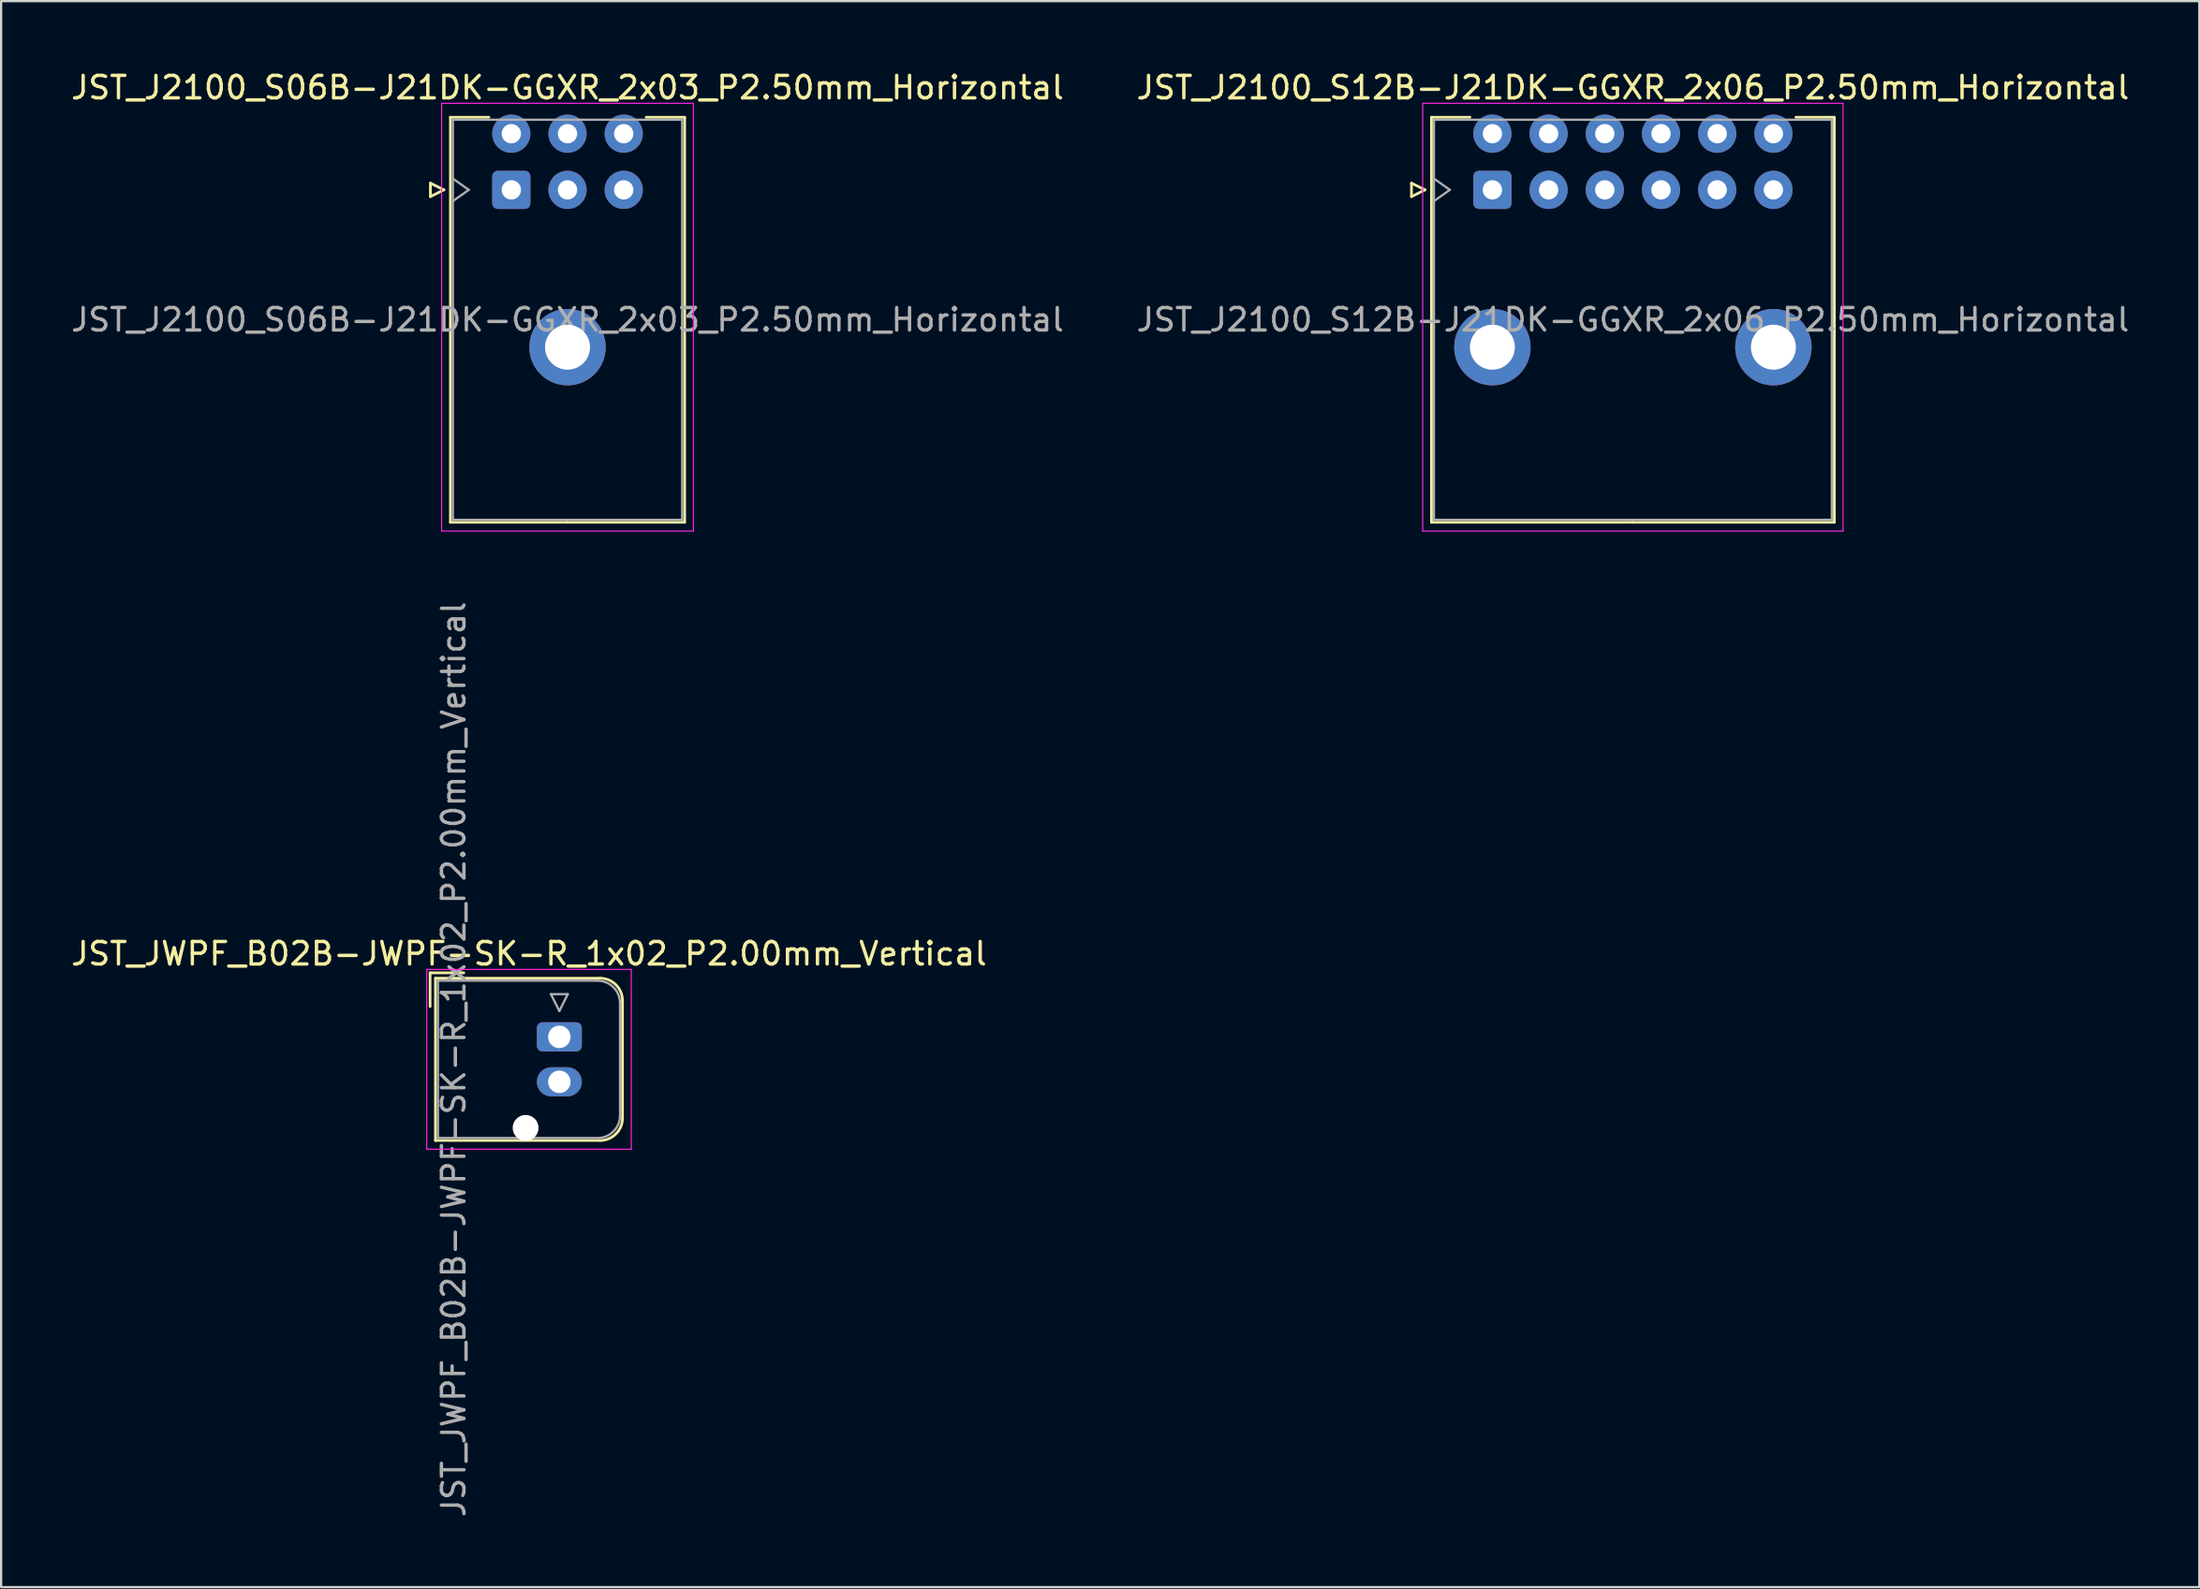
<source format=kicad_pcb>
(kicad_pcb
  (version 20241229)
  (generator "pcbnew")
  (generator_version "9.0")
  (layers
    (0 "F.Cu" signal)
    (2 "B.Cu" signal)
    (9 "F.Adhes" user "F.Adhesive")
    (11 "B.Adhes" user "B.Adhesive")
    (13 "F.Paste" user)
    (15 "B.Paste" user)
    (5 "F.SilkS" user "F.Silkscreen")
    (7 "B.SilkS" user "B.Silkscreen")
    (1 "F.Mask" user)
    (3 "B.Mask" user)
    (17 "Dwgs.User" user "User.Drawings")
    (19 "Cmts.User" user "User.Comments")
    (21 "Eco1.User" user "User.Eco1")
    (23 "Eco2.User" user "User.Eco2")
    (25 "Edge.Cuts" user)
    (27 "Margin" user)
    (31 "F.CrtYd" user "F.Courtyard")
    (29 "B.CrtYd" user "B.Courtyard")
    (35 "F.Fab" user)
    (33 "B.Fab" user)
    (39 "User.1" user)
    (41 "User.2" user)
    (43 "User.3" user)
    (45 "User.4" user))
  (footprint "JST_JWPF_B02B-JWPF-SK-R_1x02_P2.00mm_Vertical"
    (layer "F.Cu")
    (at 21.832 43.085)
    (property "Reference" "JST_JWPF_B02B-JWPF-SK-R_1x02_P2.00mm_Vertical" (at -1.35 -3.7 0) (layer "F.SilkS") (effects (font (size 1 1) (thickness 0.15))))
    (attr through_hole)
    (fp_line (start -5.75 -2.85) (end -4.25 -2.85) (stroke (width 0.12) (type solid)) (layer "F.SilkS"))
    (fp_line (start -5.75 -1.35) (end -5.75 -2.85) (stroke (width 0.12) (type solid)) (layer "F.SilkS"))
    (fp_line (start -5.51 -2.61) (end -5.51 4.61) (stroke (width 0.12) (type solid)) (layer "F.SilkS"))
    (fp_line (start -5.51 4.61) (end 1.81 4.61) (stroke (width 0.12) (type solid)) (layer "F.SilkS"))
    (fp_line (start 1.81 -2.61) (end -5.51 -2.61) (stroke (width 0.12) (type solid)) (layer "F.SilkS"))
    (fp_line (start 2.81 -1.61) (end 2.81 3.61) (stroke (width 0.12) (type solid)) (layer "F.SilkS"))
    (fp_arc (start 1.81 -2.61) (mid 2.517107 -2.317107) (end 2.81 -1.61) (stroke (width 0.12) (type solid)) (layer "F.SilkS"))
    (fp_arc (start 2.81 3.61) (mid 2.517107 4.317107) (end 1.81 4.61) (stroke (width 0.12) (type solid)) (layer "F.SilkS"))
    (fp_line (start -5.9 -3) (end -5.9 5) (stroke (width 0.05) (type solid)) (layer "F.CrtYd"))
    (fp_line (start -5.9 5) (end 3.2 5) (stroke (width 0.05) (type solid)) (layer "F.CrtYd"))
    (fp_line (start 3.2 -3) (end -5.9 -3) (stroke (width 0.05) (type solid)) (layer "F.CrtYd"))
    (fp_line (start 3.2 5) (end 3.2 -3) (stroke (width 0.05) (type solid)) (layer "F.CrtYd"))
    (fp_line (start -5.4 -2.5) (end -5.4 4.5) (stroke (width 0.1) (type solid)) (layer "F.Fab"))
    (fp_line (start -5.4 4.5) (end 1.7 4.5) (stroke (width 0.1) (type solid)) (layer "F.Fab"))
    (fp_line (start -0.375 -1.9) (end 0.375 -1.9) (stroke (width 0.1) (type solid)) (layer "F.Fab"))
    (fp_line (start 0 -1.15) (end -0.375 -1.9) (stroke (width 0.1) (type solid)) (layer "F.Fab"))
    (fp_line (start 0.375 -1.9) (end 0 -1.15) (stroke (width 0.1) (type solid)) (layer "F.Fab"))
    (fp_line (start 1.7 -2.5) (end -5.4 -2.5) (stroke (width 0.1) (type solid)) (layer "F.Fab"))
    (fp_line (start 2.7 -1.5) (end 2.7 3.5) (stroke (width 0.1) (type solid)) (layer "F.Fab"))
    (fp_arc (start 1.7 -2.5) (mid 2.407107 -2.207107) (end 2.7 -1.5) (stroke (width 0.1) (type solid)) (layer "F.Fab"))
    (fp_arc (start 2.7 3.5) (mid 2.407107 4.207107) (end 1.7 4.5) (stroke (width 0.1) (type solid)) (layer "F.Fab"))
    (fp_text user "${REFERENCE}" (at -4.7 1 90) (layer "F.Fab") (effects (font (size 1 1) (thickness 0.15))))
    (pad "" np_thru_hole circle (at -1.5 4.05) (size 1.15 1.15) (drill 1.15) (layers "*.Cu" "*.Mask"))
    (pad "1" thru_hole roundrect (at 0 0) (size 2 1.3) (drill 1) (layers "*.Cu" "*.Mask") (roundrect_rratio 0.192))
    (pad "2" thru_hole oval (at 0 2) (size 2 1.3) (drill 1) (layers "*.Cu" "*.Mask")))
  (footprint "JST_J2100_S06B-J21DK-GGXR_2x03_P2.50mm_Horizontal"
    (layer "F.Cu")
    (at 19.696 5.398)
    (property "Reference" "JST_J2100_S06B-J21DK-GGXR_2x03_P2.50mm_Horizontal" (at 2.5 -4.55 0) (layer "F.SilkS") (effects (font (size 1 1) (thickness 0.15))))
    (attr through_hole)
    (fp_line (start -3.6 -0.3) (end -3 0) (stroke (width 0.12) (type solid)) (layer "F.SilkS"))
    (fp_line (start -3.6 0.3) (end -3.6 -0.3) (stroke (width 0.12) (type solid)) (layer "F.SilkS"))
    (fp_line (start -3 0) (end -3.6 0.3) (stroke (width 0.12) (type solid)) (layer "F.SilkS"))
    (fp_line (start -2.71 -3.23) (end -2.71 14.79) (stroke (width 0.12) (type solid)) (layer "F.SilkS"))
    (fp_line (start -2.71 14.79) (end 2.5 14.79) (stroke (width 0.12) (type solid)) (layer "F.SilkS"))
    (fp_line (start -1 -3.23) (end -2.71 -3.23) (stroke (width 0.12) (type solid)) (layer "F.SilkS"))
    (fp_line (start 6 -3.23) (end 7.71 -3.23) (stroke (width 0.12) (type solid)) (layer "F.SilkS"))
    (fp_line (start 7.71 -3.23) (end 7.71 14.79) (stroke (width 0.12) (type solid)) (layer "F.SilkS"))
    (fp_line (start 7.71 14.79) (end 2.5 14.79) (stroke (width 0.12) (type solid)) (layer "F.SilkS"))
    (fp_line (start -3.1 -3.85) (end -3.1 15.18) (stroke (width 0.05) (type solid)) (layer "F.CrtYd"))
    (fp_line (start -3.1 15.18) (end 8.1 15.18) (stroke (width 0.05) (type solid)) (layer "F.CrtYd"))
    (fp_line (start 8.1 -3.85) (end -3.1 -3.85) (stroke (width 0.05) (type solid)) (layer "F.CrtYd"))
    (fp_line (start 8.1 15.18) (end 8.1 -3.85) (stroke (width 0.05) (type solid)) (layer "F.CrtYd"))
    (fp_line (start -2.6 -3.12) (end -2.6 14.68) (stroke (width 0.1) (type solid)) (layer "F.Fab"))
    (fp_line (start -2.6 0.5) (end -1.893 0) (stroke (width 0.1) (type solid)) (layer "F.Fab"))
    (fp_line (start -2.6 14.68) (end 7.6 14.68) (stroke (width 0.1) (type solid)) (layer "F.Fab"))
    (fp_line (start -1.893 0) (end -2.6 -0.5) (stroke (width 0.1) (type solid)) (layer "F.Fab"))
    (fp_line (start 7.6 -3.12) (end -2.6 -3.12) (stroke (width 0.1) (type solid)) (layer "F.Fab"))
    (fp_line (start 7.6 14.68) (end 7.6 -3.12) (stroke (width 0.1) (type solid)) (layer "F.Fab"))
    (fp_text user "${REFERENCE}" (at 2.5 5.78 0) (layer "F.Fab") (effects (font (size 1 1) (thickness 0.15))))
    (pad "" thru_hole circle (at 2.5 7) (size 3.4 3.4) (drill 2) (layers "*.Cu" "*.Mask"))
    (pad "1" thru_hole roundrect (at 0 0) (size 1.7 1.7) (drill 0.86) (layers "*.Cu" "*.Mask") (roundrect_rratio 0.147))
    (pad "2" thru_hole circle (at 2.5 0) (size 1.7 1.7) (drill 0.86) (layers "*.Cu" "*.Mask"))
    (pad "3" thru_hole circle (at 5 0) (size 1.7 1.7) (drill 0.86) (layers "*.Cu" "*.Mask"))
    (pad "4" thru_hole circle (at 0 -2.5) (size 1.7 1.7) (drill 0.86) (layers "*.Cu" "*.Mask"))
    (pad "5" thru_hole circle (at 2.5 -2.5) (size 1.7 1.7) (drill 0.86) (layers "*.Cu" "*.Mask"))
    (pad "6" thru_hole circle (at 5 -2.5) (size 1.7 1.7) (drill 0.86) (layers "*.Cu" "*.Mask")))
  (footprint "JST_J2100_S12B-J21DK-GGXR_2x06_P2.50mm_Horizontal"
    (layer "F.Cu")
    (at 63.339 5.398)
    (property "Reference" "JST_J2100_S12B-J21DK-GGXR_2x06_P2.50mm_Horizontal" (at 6.25 -4.55 0) (layer "F.SilkS") (effects (font (size 1 1) (thickness 0.15))))
    (attr through_hole)
    (fp_line (start -3.6 -0.3) (end -3 0) (stroke (width 0.12) (type solid)) (layer "F.SilkS"))
    (fp_line (start -3.6 0.3) (end -3.6 -0.3) (stroke (width 0.12) (type solid)) (layer "F.SilkS"))
    (fp_line (start -3 0) (end -3.6 0.3) (stroke (width 0.12) (type solid)) (layer "F.SilkS"))
    (fp_line (start -2.71 -3.23) (end -2.71 14.79) (stroke (width 0.12) (type solid)) (layer "F.SilkS"))
    (fp_line (start -2.71 14.79) (end 6.25 14.79) (stroke (width 0.12) (type solid)) (layer "F.SilkS"))
    (fp_line (start -1 -3.23) (end -2.71 -3.23) (stroke (width 0.12) (type solid)) (layer "F.SilkS"))
    (fp_line (start 13.5 -3.23) (end 15.21 -3.23) (stroke (width 0.12) (type solid)) (layer "F.SilkS"))
    (fp_line (start 15.21 -3.23) (end 15.21 14.79) (stroke (width 0.12) (type solid)) (layer "F.SilkS"))
    (fp_line (start 15.21 14.79) (end 6.25 14.79) (stroke (width 0.12) (type solid)) (layer "F.SilkS"))
    (fp_line (start -3.1 -3.85) (end -3.1 15.18) (stroke (width 0.05) (type solid)) (layer "F.CrtYd"))
    (fp_line (start -3.1 15.18) (end 15.6 15.18) (stroke (width 0.05) (type solid)) (layer "F.CrtYd"))
    (fp_line (start 15.6 -3.85) (end -3.1 -3.85) (stroke (width 0.05) (type solid)) (layer "F.CrtYd"))
    (fp_line (start 15.6 15.18) (end 15.6 -3.85) (stroke (width 0.05) (type solid)) (layer "F.CrtYd"))
    (fp_line (start -2.6 -3.12) (end -2.6 14.68) (stroke (width 0.1) (type solid)) (layer "F.Fab"))
    (fp_line (start -2.6 0.5) (end -1.893 0) (stroke (width 0.1) (type solid)) (layer "F.Fab"))
    (fp_line (start -2.6 14.68) (end 15.1 14.68) (stroke (width 0.1) (type solid)) (layer "F.Fab"))
    (fp_line (start -1.893 0) (end -2.6 -0.5) (stroke (width 0.1) (type solid)) (layer "F.Fab"))
    (fp_line (start 15.1 -3.12) (end -2.6 -3.12) (stroke (width 0.1) (type solid)) (layer "F.Fab"))
    (fp_line (start 15.1 14.68) (end 15.1 -3.12) (stroke (width 0.1) (type solid)) (layer "F.Fab"))
    (fp_text user "${REFERENCE}" (at 6.25 5.78 0) (layer "F.Fab") (effects (font (size 1 1) (thickness 0.15))))
    (pad "" thru_hole circle (at 0 7) (size 3.4 3.4) (drill 2) (layers "*.Cu" "*.Mask"))
    (pad "" thru_hole circle (at 12.5 7) (size 3.4 3.4) (drill 2) (layers "*.Cu" "*.Mask"))
    (pad "1" thru_hole roundrect (at 0 0) (size 1.7 1.7) (drill 0.86) (layers "*.Cu" "*.Mask") (roundrect_rratio 0.147))
    (pad "2" thru_hole circle (at 2.5 0) (size 1.7 1.7) (drill 0.86) (layers "*.Cu" "*.Mask"))
    (pad "3" thru_hole circle (at 5 0) (size 1.7 1.7) (drill 0.86) (layers "*.Cu" "*.Mask"))
    (pad "4" thru_hole circle (at 7.5 0) (size 1.7 1.7) (drill 0.86) (layers "*.Cu" "*.Mask"))
    (pad "5" thru_hole circle (at 10 0) (size 1.7 1.7) (drill 0.86) (layers "*.Cu" "*.Mask"))
    (pad "6" thru_hole circle (at 12.5 0) (size 1.7 1.7) (drill 0.86) (layers "*.Cu" "*.Mask"))
    (pad "7" thru_hole circle (at 0 -2.5) (size 1.7 1.7) (drill 0.86) (layers "*.Cu" "*.Mask"))
    (pad "8" thru_hole circle (at 2.5 -2.5) (size 1.7 1.7) (drill 0.86) (layers "*.Cu" "*.Mask"))
    (pad "9" thru_hole circle (at 5 -2.5) (size 1.7 1.7) (drill 0.86) (layers "*.Cu" "*.Mask"))
    (pad "10" thru_hole circle (at 7.5 -2.5) (size 1.7 1.7) (drill 0.86) (layers "*.Cu" "*.Mask"))
    (pad "11" thru_hole circle (at 10 -2.5) (size 1.7 1.7) (drill 0.86) (layers "*.Cu" "*.Mask"))
    (pad "12" thru_hole circle (at 12.5 -2.5) (size 1.7 1.7) (drill 0.86) (layers "*.Cu" "*.Mask")))
  (gr_rect
    (start -3 -3)
    (end 94.786 67.568)
    (stroke (width 0.1) (type default))
    (fill no)
    (layer "Edge.Cuts")))
</source>
